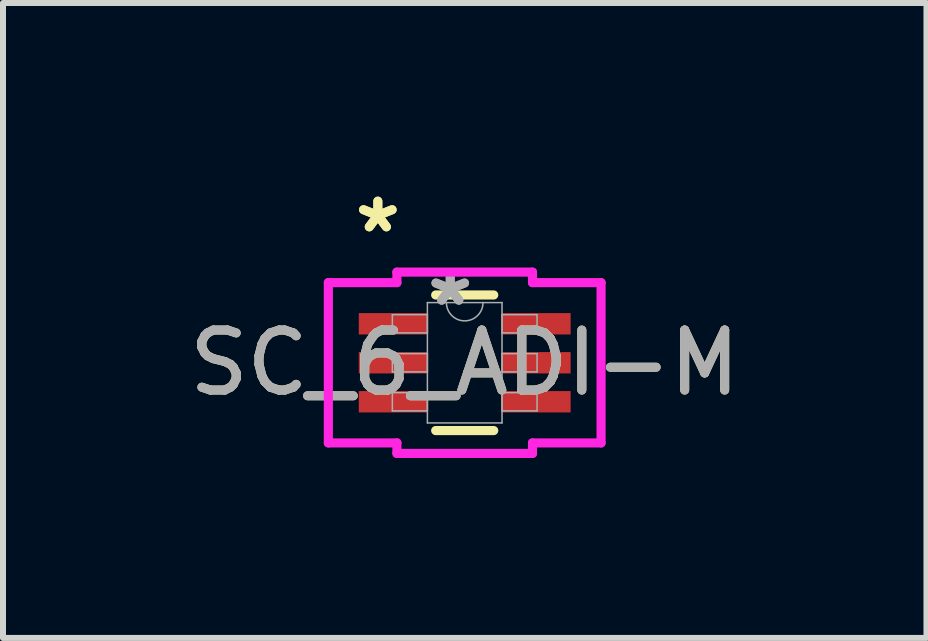
<source format=kicad_pcb>
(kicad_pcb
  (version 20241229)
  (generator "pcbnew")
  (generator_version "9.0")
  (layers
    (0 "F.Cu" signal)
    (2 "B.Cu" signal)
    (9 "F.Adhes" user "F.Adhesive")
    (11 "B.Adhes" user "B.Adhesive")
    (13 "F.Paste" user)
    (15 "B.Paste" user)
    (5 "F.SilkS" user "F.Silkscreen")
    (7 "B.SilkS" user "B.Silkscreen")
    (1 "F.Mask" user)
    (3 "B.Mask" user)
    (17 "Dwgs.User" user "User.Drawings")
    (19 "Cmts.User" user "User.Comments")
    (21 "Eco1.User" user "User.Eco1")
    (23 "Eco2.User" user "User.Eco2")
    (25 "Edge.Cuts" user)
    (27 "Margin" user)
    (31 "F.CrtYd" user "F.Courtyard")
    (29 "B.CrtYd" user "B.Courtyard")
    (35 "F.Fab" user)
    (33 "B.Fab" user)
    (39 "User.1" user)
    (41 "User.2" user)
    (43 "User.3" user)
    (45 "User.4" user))
  (footprint "SC_6_ADI-M"
    (layer "F.Cu")
    (at 4.696 2.997)
    (property "Reference" "SC_6_ADI-M" (at 0 0 0) (unlocked yes) (layer "F.SilkS") (effects (font (size 1 1) (thickness 0.15))))
    (attr smd)
    (fp_line (start -0.484 1.13) (end 0.484 1.13) (stroke (width 0.152) (type solid)) (layer "F.SilkS"))
    (fp_line (start 0.484 -1.13) (end -0.484 -1.13) (stroke (width 0.152) (type solid)) (layer "F.SilkS"))
    (fp_line (start -2.273 -1.336) (end -1.13 -1.336) (stroke (width 0.152) (type solid)) (layer "F.CrtYd"))
    (fp_line (start -2.273 1.336) (end -2.273 -1.336) (stroke (width 0.152) (type solid)) (layer "F.CrtYd"))
    (fp_line (start -2.273 1.336) (end -1.13 1.336) (stroke (width 0.152) (type solid)) (layer "F.CrtYd"))
    (fp_line (start -1.13 -1.511) (end 1.13 -1.511) (stroke (width 0.152) (type solid)) (layer "F.CrtYd"))
    (fp_line (start -1.13 -1.336) (end -1.13 -1.511) (stroke (width 0.152) (type solid)) (layer "F.CrtYd"))
    (fp_line (start -1.13 1.511) (end -1.13 1.336) (stroke (width 0.152) (type solid)) (layer "F.CrtYd"))
    (fp_line (start 1.13 -1.511) (end 1.13 -1.336) (stroke (width 0.152) (type solid)) (layer "F.CrtYd"))
    (fp_line (start 1.13 1.336) (end 1.13 1.511) (stroke (width 0.152) (type solid)) (layer "F.CrtYd"))
    (fp_line (start 1.13 1.511) (end -1.13 1.511) (stroke (width 0.152) (type solid)) (layer "F.CrtYd"))
    (fp_line (start 2.273 -1.336) (end 1.13 -1.336) (stroke (width 0.152) (type solid)) (layer "F.CrtYd"))
    (fp_line (start 2.273 -1.336) (end 2.273 1.336) (stroke (width 0.152) (type solid)) (layer "F.CrtYd"))
    (fp_line (start 2.273 1.336) (end 1.13 1.336) (stroke (width 0.152) (type solid)) (layer "F.CrtYd"))
    (fp_line (start -1.206 -0.802) (end -1.206 -0.498) (stroke (width 0.025) (type solid)) (layer "F.Fab"))
    (fp_line (start -1.206 -0.498) (end -0.622 -0.498) (stroke (width 0.025) (type solid)) (layer "F.Fab"))
    (fp_line (start -1.206 -0.152) (end -1.206 0.152) (stroke (width 0.025) (type solid)) (layer "F.Fab"))
    (fp_line (start -1.206 0.152) (end -0.622 0.152) (stroke (width 0.025) (type solid)) (layer "F.Fab"))
    (fp_line (start -1.206 0.498) (end -1.206 0.802) (stroke (width 0.025) (type solid)) (layer "F.Fab"))
    (fp_line (start -1.206 0.802) (end -0.622 0.802) (stroke (width 0.025) (type solid)) (layer "F.Fab"))
    (fp_line (start -0.622 -1.003) (end -0.622 1.003) (stroke (width 0.025) (type solid)) (layer "F.Fab"))
    (fp_line (start -0.622 -0.802) (end -1.206 -0.802) (stroke (width 0.025) (type solid)) (layer "F.Fab"))
    (fp_line (start -0.622 -0.498) (end -0.622 -0.802) (stroke (width 0.025) (type solid)) (layer "F.Fab"))
    (fp_line (start -0.622 -0.152) (end -1.206 -0.152) (stroke (width 0.025) (type solid)) (layer "F.Fab"))
    (fp_line (start -0.622 0.152) (end -0.622 -0.152) (stroke (width 0.025) (type solid)) (layer "F.Fab"))
    (fp_line (start -0.622 0.498) (end -1.206 0.498) (stroke (width 0.025) (type solid)) (layer "F.Fab"))
    (fp_line (start -0.622 0.802) (end -0.622 0.498) (stroke (width 0.025) (type solid)) (layer "F.Fab"))
    (fp_line (start -0.622 1.003) (end 0.622 1.003) (stroke (width 0.025) (type solid)) (layer "F.Fab"))
    (fp_line (start 0.622 -1.003) (end -0.622 -1.003) (stroke (width 0.025) (type solid)) (layer "F.Fab"))
    (fp_line (start 0.622 -0.802) (end 0.622 -0.498) (stroke (width 0.025) (type solid)) (layer "F.Fab"))
    (fp_line (start 0.622 -0.498) (end 1.206 -0.498) (stroke (width 0.025) (type solid)) (layer "F.Fab"))
    (fp_line (start 0.622 -0.152) (end 0.622 0.152) (stroke (width 0.025) (type solid)) (layer "F.Fab"))
    (fp_line (start 0.622 0.152) (end 1.206 0.152) (stroke (width 0.025) (type solid)) (layer "F.Fab"))
    (fp_line (start 0.622 0.498) (end 0.622 0.802) (stroke (width 0.025) (type solid)) (layer "F.Fab"))
    (fp_line (start 0.622 0.802) (end 1.206 0.802) (stroke (width 0.025) (type solid)) (layer "F.Fab"))
    (fp_line (start 0.622 1.003) (end 0.622 -1.003) (stroke (width 0.025) (type solid)) (layer "F.Fab"))
    (fp_line (start 1.206 -0.802) (end 0.622 -0.802) (stroke (width 0.025) (type solid)) (layer "F.Fab"))
    (fp_line (start 1.206 -0.498) (end 1.206 -0.802) (stroke (width 0.025) (type solid)) (layer "F.Fab"))
    (fp_line (start 1.206 -0.152) (end 0.622 -0.152) (stroke (width 0.025) (type solid)) (layer "F.Fab"))
    (fp_line (start 1.206 0.152) (end 1.206 -0.152) (stroke (width 0.025) (type solid)) (layer "F.Fab"))
    (fp_line (start 1.206 0.498) (end 0.622 0.498) (stroke (width 0.025) (type solid)) (layer "F.Fab"))
    (fp_line (start 1.206 0.802) (end 1.206 0.498) (stroke (width 0.025) (type solid)) (layer "F.Fab"))
    (fp_arc (start 0.3048 -1.0033) (mid 0 -0.6985) (end -0.3048 -1.0033) (stroke (width 0.0254) (type solid)) (layer "F.Fab"))
    (fp_text user "*" (at -1.448 -2.149 0) (unlocked yes) (layer "F.SilkS") (effects (font (size 1 1) (thickness 0.15))))
    (fp_text user "*" (at -1.448 -2.149 0) (layer "F.SilkS") (effects (font (size 1 1) (thickness 0.15))))
    (fp_text user "${REFERENCE}" (at 0 0 0) (unlocked yes) (layer "F.Fab") (effects (font (size 1 1) (thickness 0.15))))
    (fp_text user "*" (at -0.241 -0.927 0) (unlocked yes) (layer "F.Fab") (effects (font (size 1 1) (thickness 0.15))))
    (fp_text user "*" (at -0.241 -0.927 0) (layer "F.Fab") (effects (font (size 1 1) (thickness 0.15))))
    (pad "1" smd rect (at -1.194 -0.65) (size 1.143 0.356) (layers "F.Cu" "F.Mask" "F.Paste"))
    (pad "2" smd rect (at -1.194 0) (size 1.143 0.356) (layers "F.Cu" "F.Mask" "F.Paste"))
    (pad "3" smd rect (at -1.194 0.65) (size 1.143 0.356) (layers "F.Cu" "F.Mask" "F.Paste"))
    (pad "4" smd rect (at 1.194 0.65) (size 1.143 0.356) (layers "F.Cu" "F.Mask" "F.Paste"))
    (pad "5" smd rect (at 1.194 0) (size 1.143 0.356) (layers "F.Cu" "F.Mask" "F.Paste"))
    (pad "6" smd rect (at 1.194 -0.65) (size 1.143 0.356) (layers "F.Cu" "F.Mask" "F.Paste")))
  (gr_rect
    (start -3 -3)
    (end 12.393 7.584)
    (stroke (width 0.1) (type default))
    (fill no)
    (layer "Edge.Cuts")))
</source>
